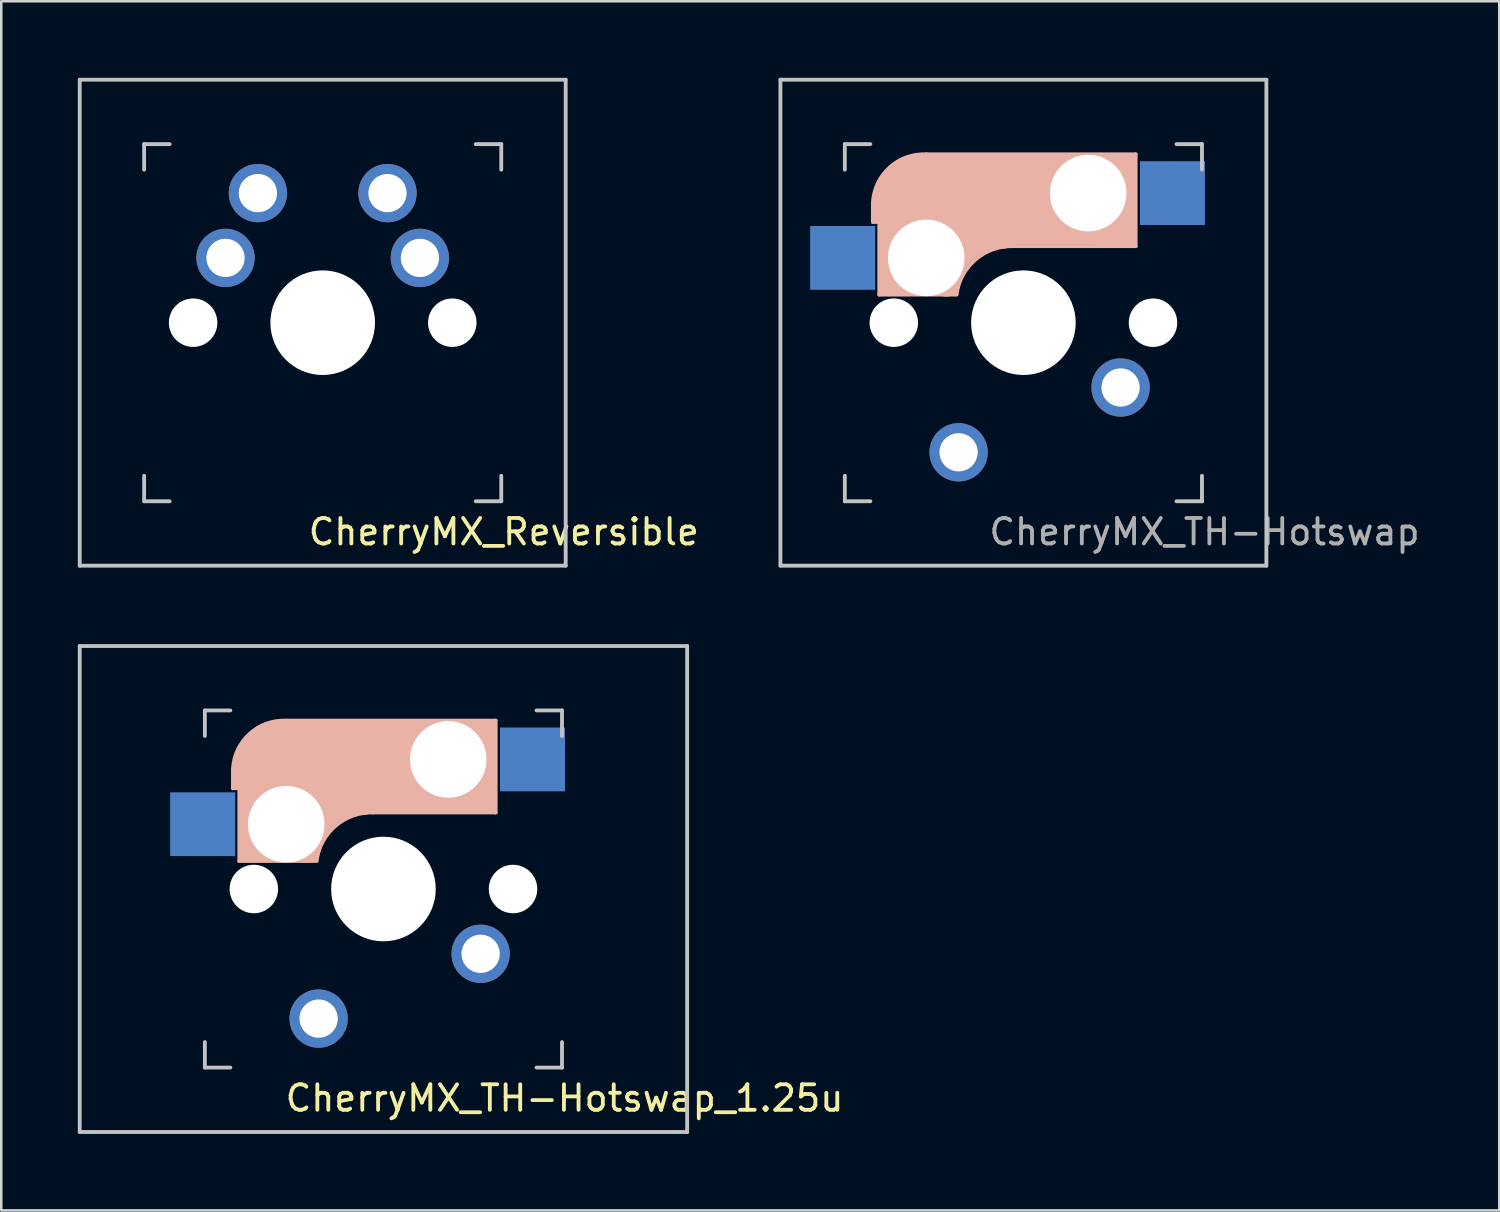
<source format=kicad_pcb>
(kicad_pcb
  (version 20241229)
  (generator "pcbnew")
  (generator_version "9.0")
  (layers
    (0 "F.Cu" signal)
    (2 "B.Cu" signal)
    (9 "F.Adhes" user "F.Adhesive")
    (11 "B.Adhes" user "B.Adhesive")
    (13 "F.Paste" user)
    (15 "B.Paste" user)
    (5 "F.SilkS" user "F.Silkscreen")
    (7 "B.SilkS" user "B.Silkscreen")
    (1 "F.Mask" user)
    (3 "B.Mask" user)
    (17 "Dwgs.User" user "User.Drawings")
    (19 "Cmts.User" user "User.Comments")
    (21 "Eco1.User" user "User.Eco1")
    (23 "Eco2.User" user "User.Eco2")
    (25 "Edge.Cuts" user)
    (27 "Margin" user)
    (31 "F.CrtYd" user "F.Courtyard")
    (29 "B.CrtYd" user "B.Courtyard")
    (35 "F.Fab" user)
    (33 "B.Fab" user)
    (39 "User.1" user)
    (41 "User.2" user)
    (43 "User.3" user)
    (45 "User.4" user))
  (footprint "CherryMX_TH-Hotswap_1.25u"
    (layer "F.Cu")
    (at 11.981 31.8)
    (property "Reference" "CherryMX_TH-Hotswap_1.25u" (at 7.1 8.2 0) (layer "F.SilkS") (effects (font (size 1 1) (thickness 0.15))))
    (attr through_hole)
    (fp_line (start -5.9 -4.7) (end -5.9 -3.95) (stroke (width 0.15) (type solid)) (layer "B.SilkS"))
    (fp_line (start -5.9 -3.95) (end -5.7 -3.95) (stroke (width 0.15) (type solid)) (layer "B.SilkS"))
    (fp_line (start -5.8 -4.05) (end -5.8 -4.7) (stroke (width 0.3) (type solid)) (layer "B.SilkS"))
    (fp_line (start -5.65 -5.55) (end -5.65 -1.1) (stroke (width 0.15) (type solid)) (layer "B.SilkS"))
    (fp_line (start -5.65 -1.1) (end -2.62 -1.1) (stroke (width 0.15) (type solid)) (layer "B.SilkS"))
    (fp_line (start -5.45 -1.3) (end -3 -1.3) (stroke (width 0.5) (type solid)) (layer "B.SilkS"))
    (fp_line (start -5.3 -1.6) (end -5.3 -3.4) (stroke (width 0.8) (type solid)) (layer "B.SilkS"))
    (fp_line (start -4.17 -5.1) (end -4.17 -2.86) (stroke (width 3) (type solid)) (layer "B.SilkS"))
    (fp_line (start -0.4 -3) (end 4.4 -3) (stroke (width 0.15) (type solid)) (layer "B.SilkS"))
    (fp_line (start 2.6 -4.8) (end -4.1 -4.8) (stroke (width 3.5) (type solid)) (layer "B.SilkS"))
    (fp_line (start 3.9 -6) (end 3.9 -3.5) (stroke (width 1) (type solid)) (layer "B.SilkS"))
    (fp_line (start 4.2 -3.25) (end 2.9 -3.3) (stroke (width 0.5) (type solid)) (layer "B.SilkS"))
    (fp_line (start 4.25 -6.4) (end 3 -6.4) (stroke (width 0.4) (type solid)) (layer "B.SilkS"))
    (fp_line (start 4.38 -4) (end 4.38 -6.25) (stroke (width 0.15) (type solid)) (layer "B.SilkS"))
    (fp_line (start 4.4 -6.6) (end -3.8 -6.6) (stroke (width 0.15) (type solid)) (layer "B.SilkS"))
    (fp_line (start 4.4 -3) (end 4.4 -6.6) (stroke (width 0.15) (type solid)) (layer "B.SilkS"))
    (fp_arc (start -5.9 -4.699999) (mid -5.243504 -6.084924) (end -3.800001 -6.6) (stroke (width 0.15) (type solid)) (layer "B.SilkS"))
    (fp_arc (start -3.016318 -1.521471) (mid -2.268709 -2.886118) (end -0.8 -3.4) (stroke (width 1) (type solid)) (layer "B.SilkS"))
    (fp_arc (start -2.616318 -1.121471) (mid -1.868709 -2.486118) (end -0.4 -3) (stroke (width 0.15) (type solid)) (layer "B.SilkS"))
    (fp_line (start -11.906 -9.525) (end 11.906 -9.525) (stroke (width 0.15) (type solid)) (layer "Dwgs.User"))
    (fp_line (start -11.906 9.525) (end -11.906 -9.525) (stroke (width 0.15) (type solid)) (layer "Dwgs.User"))
    (fp_line (start -7 -7) (end -6 -7) (stroke (width 0.15) (type solid)) (layer "Dwgs.User"))
    (fp_line (start -7 -6) (end -7 -7) (stroke (width 0.15) (type solid)) (layer "Dwgs.User"))
    (fp_line (start -7 6) (end -7 7) (stroke (width 0.15) (type solid)) (layer "Dwgs.User"))
    (fp_line (start -7 7) (end -6 7) (stroke (width 0.15) (type solid)) (layer "Dwgs.User"))
    (fp_line (start 6 7) (end 7 7) (stroke (width 0.15) (type solid)) (layer "Dwgs.User"))
    (fp_line (start 7 -7) (end 6 -7) (stroke (width 0.15) (type solid)) (layer "Dwgs.User"))
    (fp_line (start 7 -7) (end 7 -6) (stroke (width 0.15) (type solid)) (layer "Dwgs.User"))
    (fp_line (start 7 7) (end 7 6) (stroke (width 0.15) (type solid)) (layer "Dwgs.User"))
    (fp_line (start 11.906 -9.525) (end 11.906 9.525) (stroke (width 0.15) (type solid)) (layer "Dwgs.User"))
    (fp_line (start 11.906 9.525) (end -11.906 9.525) (stroke (width 0.15) (type solid)) (layer "Dwgs.User"))
    (pad "" np_thru_hole circle (at -5.08 0) (size 1.9 1.9) (drill 1.9) (layers "*.Cu" "*.Mask"))
    (pad "" np_thru_hole circle (at -3.81 -2.54) (size 3 3) (drill 3) (layers "*.Cu" "*.Mask"))
    (pad "" np_thru_hole circle (at 0 0 90) (size 4.1 4.1) (drill 4.1) (layers "*.Cu" "*.Mask"))
    (pad "" np_thru_hole circle (at 2.54 -5.08) (size 3 3) (drill 3) (layers "*.Cu" "*.Mask"))
    (pad "" np_thru_hole circle (at 5.08 0) (size 1.9 1.9) (drill 1.9) (layers "*.Cu" "*.Mask"))
    (pad "1" smd rect (at -7.085 -2.54 180) (size 2.55 2.5) (layers "B.Cu" "B.Mask" "B.Paste"))
    (pad "1" thru_hole circle (at -2.54 5.08 180) (size 2.286 2.286) (drill 1.499) (layers "*.Cu" "*.Mask"))
    (pad "2" thru_hole circle (at 3.81 2.54 180) (size 2.286 2.286) (drill 1.499) (layers "*.Cu" "*.Mask"))
    (pad "2" smd rect (at 5.842 -5.08 180) (size 2.55 2.5) (layers "B.Cu" "B.Mask" "B.Paste")))
  (footprint "CherryMX_Reversible"
    (layer "F.Cu")
    (at 9.6 9.6)
    (property "Reference" "CherryMX_Reversible" (at 7.1 8.2 0) (layer "F.SilkS") (effects (font (size 1 1) (thickness 0.15))))
    (attr through_hole)
    (fp_line (start -9.525 -9.525) (end 9.525 -9.525) (stroke (width 0.15) (type solid)) (layer "Dwgs.User"))
    (fp_line (start -9.525 9.525) (end -9.525 -9.525) (stroke (width 0.15) (type solid)) (layer "Dwgs.User"))
    (fp_line (start -7 -7) (end -6 -7) (stroke (width 0.15) (type solid)) (layer "Dwgs.User"))
    (fp_line (start -7 -6) (end -7 -7) (stroke (width 0.15) (type solid)) (layer "Dwgs.User"))
    (fp_line (start -7 6) (end -7 7) (stroke (width 0.15) (type solid)) (layer "Dwgs.User"))
    (fp_line (start -7 7) (end -6 7) (stroke (width 0.15) (type solid)) (layer "Dwgs.User"))
    (fp_line (start 6 7) (end 7 7) (stroke (width 0.15) (type solid)) (layer "Dwgs.User"))
    (fp_line (start 7 -7) (end 6 -7) (stroke (width 0.15) (type solid)) (layer "Dwgs.User"))
    (fp_line (start 7 -7) (end 7 -6) (stroke (width 0.15) (type solid)) (layer "Dwgs.User"))
    (fp_line (start 7 7) (end 7 6) (stroke (width 0.15) (type solid)) (layer "Dwgs.User"))
    (fp_line (start 9.525 -9.525) (end 9.525 9.525) (stroke (width 0.15) (type solid)) (layer "Dwgs.User"))
    (fp_line (start 9.525 9.525) (end -9.525 9.525) (stroke (width 0.15) (type solid)) (layer "Dwgs.User"))
    (pad "" np_thru_hole circle (at -5.08 0) (size 1.9 1.9) (drill 1.9) (layers "*.Cu" "*.Mask"))
    (pad "" np_thru_hole circle (at 0 0 90) (size 4.1 4.1) (drill 4.1) (layers "*.Cu" "*.Mask"))
    (pad "" np_thru_hole circle (at 5.08 0) (size 1.9 1.9) (drill 1.9) (layers "*.Cu" "*.Mask"))
    (pad "1" thru_hole circle (at -3.81 -2.54) (size 2.286 2.286) (drill 1.499) (layers "*.Cu" "*.Mask"))
    (pad "1" thru_hole circle (at -2.54 -5.08) (size 2.286 2.286) (drill 1.499) (layers "*.Cu" "*.Mask"))
    (pad "2" thru_hole circle (at 2.54 -5.08) (size 2.286 2.286) (drill 1.499) (layers "*.Cu" "*.Mask"))
    (pad "2" thru_hole circle (at 3.81 -2.54) (size 2.286 2.286) (drill 1.499) (layers "*.Cu" "*.Mask")))
  (footprint "CherryMX_TH-Hotswap"
    (layer "F.Cu")
    (at 37.068 9.6)
    (property "Reference" "CherryMX_TH-Hotswap" (at 7.1 8.2 0) (layer "F.Fab") (effects (font (size 1 1) (thickness 0.15))))
    (attr through_hole)
    (fp_line (start -5.9 -4.7) (end -5.9 -3.95) (stroke (width 0.15) (type solid)) (layer "B.SilkS"))
    (fp_line (start -5.9 -3.95) (end -5.7 -3.95) (stroke (width 0.15) (type solid)) (layer "B.SilkS"))
    (fp_line (start -5.8 -4.05) (end -5.8 -4.7) (stroke (width 0.3) (type solid)) (layer "B.SilkS"))
    (fp_line (start -5.65 -5.55) (end -5.65 -1.1) (stroke (width 0.15) (type solid)) (layer "B.SilkS"))
    (fp_line (start -5.65 -1.1) (end -2.62 -1.1) (stroke (width 0.15) (type solid)) (layer "B.SilkS"))
    (fp_line (start -5.45 -1.3) (end -3 -1.3) (stroke (width 0.5) (type solid)) (layer "B.SilkS"))
    (fp_line (start -5.3 -1.6) (end -5.3 -3.4) (stroke (width 0.8) (type solid)) (layer "B.SilkS"))
    (fp_line (start -4.17 -5.1) (end -4.17 -2.86) (stroke (width 3) (type solid)) (layer "B.SilkS"))
    (fp_line (start -0.4 -3) (end 4.4 -3) (stroke (width 0.15) (type solid)) (layer "B.SilkS"))
    (fp_line (start 2.6 -4.8) (end -4.1 -4.8) (stroke (width 3.5) (type solid)) (layer "B.SilkS"))
    (fp_line (start 3.9 -6) (end 3.9 -3.5) (stroke (width 1) (type solid)) (layer "B.SilkS"))
    (fp_line (start 4.2 -3.25) (end 2.9 -3.3) (stroke (width 0.5) (type solid)) (layer "B.SilkS"))
    (fp_line (start 4.25 -6.4) (end 3 -6.4) (stroke (width 0.4) (type solid)) (layer "B.SilkS"))
    (fp_line (start 4.38 -4) (end 4.38 -6.25) (stroke (width 0.15) (type solid)) (layer "B.SilkS"))
    (fp_line (start 4.4 -6.6) (end -3.8 -6.6) (stroke (width 0.15) (type solid)) (layer "B.SilkS"))
    (fp_line (start 4.4 -3) (end 4.4 -6.6) (stroke (width 0.15) (type solid)) (layer "B.SilkS"))
    (fp_arc (start -5.9 -4.699999) (mid -5.243504 -6.084924) (end -3.800001 -6.6) (stroke (width 0.15) (type solid)) (layer "B.SilkS"))
    (fp_arc (start -3.016318 -1.521471) (mid -2.268709 -2.886118) (end -0.8 -3.4) (stroke (width 1) (type solid)) (layer "B.SilkS"))
    (fp_arc (start -2.616318 -1.121471) (mid -1.868709 -2.486118) (end -0.4 -3) (stroke (width 0.15) (type solid)) (layer "B.SilkS"))
    (fp_line (start -9.525 -9.525) (end 9.525 -9.525) (stroke (width 0.15) (type solid)) (layer "Dwgs.User"))
    (fp_line (start -9.525 9.525) (end -9.525 -9.525) (stroke (width 0.15) (type solid)) (layer "Dwgs.User"))
    (fp_line (start -7 -7) (end -6 -7) (stroke (width 0.15) (type solid)) (layer "Dwgs.User"))
    (fp_line (start -7 -6) (end -7 -7) (stroke (width 0.15) (type solid)) (layer "Dwgs.User"))
    (fp_line (start -7 6) (end -7 7) (stroke (width 0.15) (type solid)) (layer "Dwgs.User"))
    (fp_line (start -7 7) (end -6 7) (stroke (width 0.15) (type solid)) (layer "Dwgs.User"))
    (fp_line (start 6 7) (end 7 7) (stroke (width 0.15) (type solid)) (layer "Dwgs.User"))
    (fp_line (start 7 -7) (end 6 -7) (stroke (width 0.15) (type solid)) (layer "Dwgs.User"))
    (fp_line (start 7 -7) (end 7 -6) (stroke (width 0.15) (type solid)) (layer "Dwgs.User"))
    (fp_line (start 7 7) (end 7 6) (stroke (width 0.15) (type solid)) (layer "Dwgs.User"))
    (fp_line (start 9.525 -9.525) (end 9.525 9.525) (stroke (width 0.15) (type solid)) (layer "Dwgs.User"))
    (fp_line (start 9.525 9.525) (end -9.525 9.525) (stroke (width 0.15) (type solid)) (layer "Dwgs.User"))
    (pad "" np_thru_hole circle (at -5.08 0) (size 1.9 1.9) (drill 1.9) (layers "*.Cu" "*.Mask"))
    (pad "" np_thru_hole circle (at -3.81 -2.54) (size 3 3) (drill 3) (layers "*.Cu" "*.Mask"))
    (pad "" np_thru_hole circle (at 0 0 90) (size 4.1 4.1) (drill 4.1) (layers "*.Cu" "*.Mask"))
    (pad "" np_thru_hole circle (at 2.54 -5.08) (size 3 3) (drill 3) (layers "*.Cu" "*.Mask"))
    (pad "" np_thru_hole circle (at 5.08 0) (size 1.9 1.9) (drill 1.9) (layers "*.Cu" "*.Mask"))
    (pad "1" smd rect (at -7.085 -2.54 180) (size 2.55 2.5) (layers "B.Cu" "B.Mask" "B.Paste"))
    (pad "1" thru_hole circle (at -2.54 5.08 180) (size 2.286 2.286) (drill 1.499) (layers "*.Cu" "B.Mask"))
    (pad "2" thru_hole circle (at 3.81 2.54 180) (size 2.286 2.286) (drill 1.499) (layers "*.Cu" "B.Mask"))
    (pad "2" smd rect (at 5.842 -5.08 180) (size 2.55 2.5) (layers "B.Cu" "B.Mask" "B.Paste")))
  (gr_rect
    (start -3 -3)
    (end 55.721 44.4)
    (stroke (width 0.1) (type default))
    (fill no)
    (layer "Edge.Cuts")))
</source>
